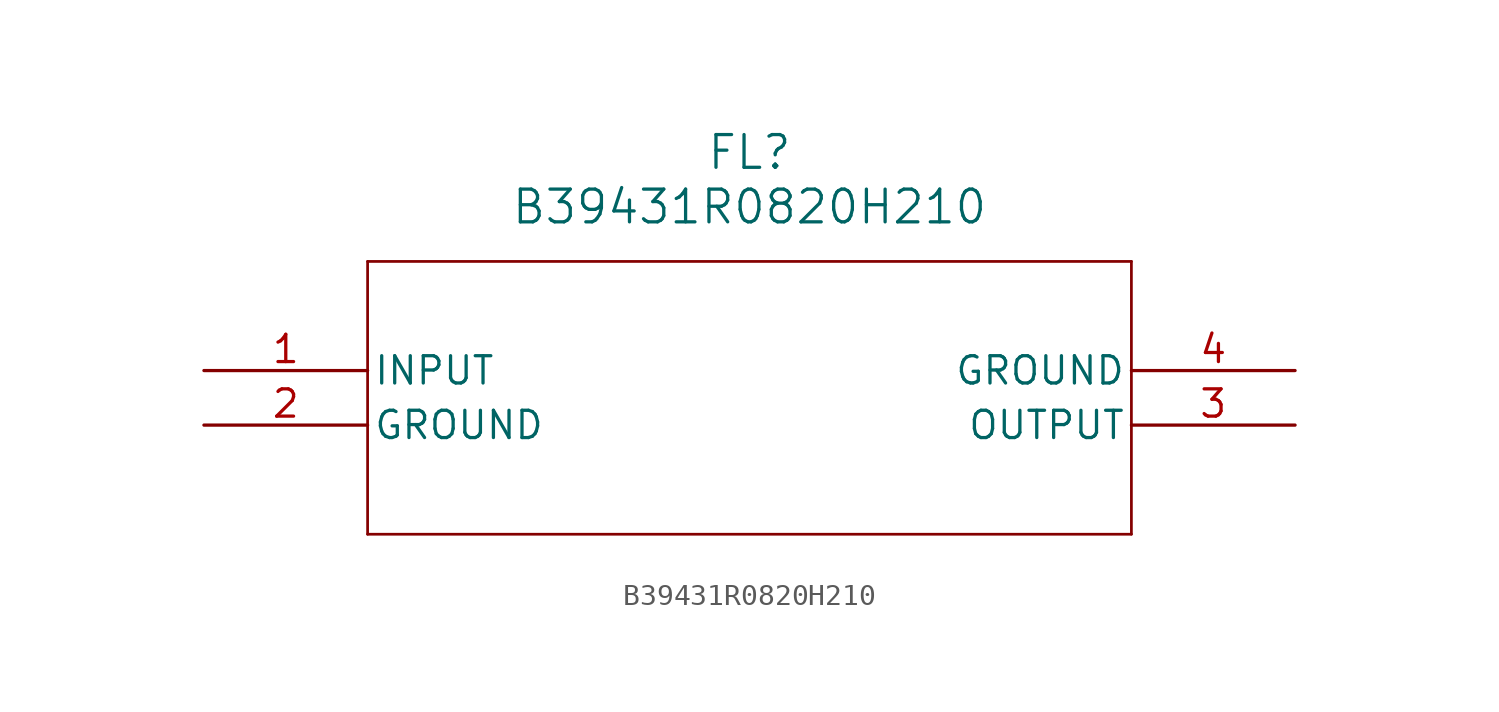
<source format=kicad_sym>
(kicad_symbol_lib
  (version 20211014)
  (generator kicad_symbol_editor)
  (symbol "B39431R0820H210"
    (pin_names
      (offset 0.254))
    (property "Reference" "FL"
      (at 25.4 10.16 0)
      (effects (font (size 1.524 1.524))))
    (property "Value" "B39431R0820H210"
      (at 25.4 7.62 0)
      (effects (font (size 1.524 1.524))))
    (symbol "B39431R0820H210_0_1"
      (polyline (pts (xy 7.62 5.08) (xy 7.62 -7.62)) (stroke (width 0.127) (type default) (color 0 0 0 0)) (fill (type none)))
      (polyline (pts (xy 7.62 -7.62) (xy 43.18 -7.62)) (stroke (width 0.127) (type default) (color 0 0 0 0)) (fill (type none)))
      (polyline (pts (xy 43.18 -7.62) (xy 43.18 5.08)) (stroke (width 0.127) (type default) (color 0 0 0 0)) (fill (type none)))
      (polyline (pts (xy 43.18 5.08) (xy 7.62 5.08)) (stroke (width 0.127) (type default) (color 0 0 0 0)) (fill (type none)))
      (pin input line (at 0 0 0) (length 7.62) (name "INPUT" (effects (font (size 1.27 1.27)))) (number "1" (effects (font (size 1.27 1.27)))))
      (pin power_out line (at 0 -2.54 0) (length 7.62) (name "GROUND" (effects (font (size 1.27 1.27)))) (number "2" (effects (font (size 1.27 1.27)))))
      (pin output line (at 50.8 -2.54 180) (length 7.62) (name "OUTPUT" (effects (font (size 1.27 1.27)))) (number "3" (effects (font (size 1.27 1.27)))))
      (pin power_out line (at 50.8 0 180) (length 7.62) (name "GROUND" (effects (font (size 1.27 1.27)))) (number "4" (effects (font (size 1.27 1.27))))))))
</source>
